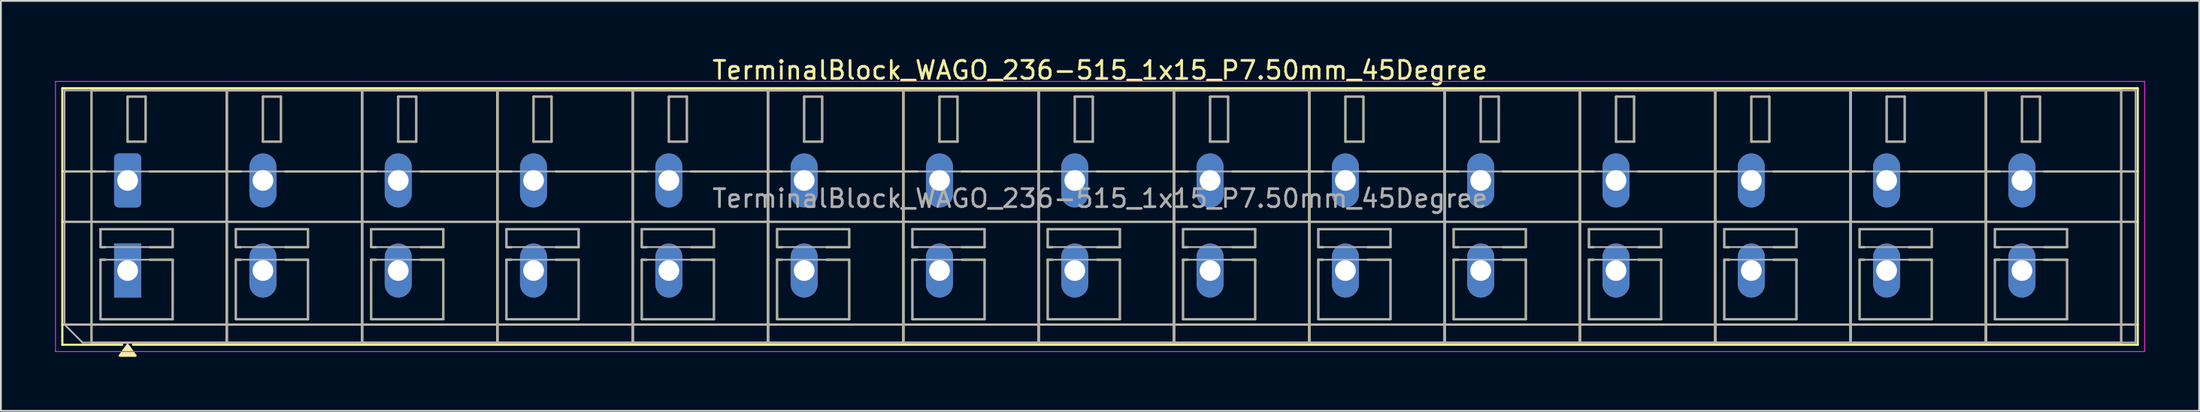
<source format=kicad_pcb>
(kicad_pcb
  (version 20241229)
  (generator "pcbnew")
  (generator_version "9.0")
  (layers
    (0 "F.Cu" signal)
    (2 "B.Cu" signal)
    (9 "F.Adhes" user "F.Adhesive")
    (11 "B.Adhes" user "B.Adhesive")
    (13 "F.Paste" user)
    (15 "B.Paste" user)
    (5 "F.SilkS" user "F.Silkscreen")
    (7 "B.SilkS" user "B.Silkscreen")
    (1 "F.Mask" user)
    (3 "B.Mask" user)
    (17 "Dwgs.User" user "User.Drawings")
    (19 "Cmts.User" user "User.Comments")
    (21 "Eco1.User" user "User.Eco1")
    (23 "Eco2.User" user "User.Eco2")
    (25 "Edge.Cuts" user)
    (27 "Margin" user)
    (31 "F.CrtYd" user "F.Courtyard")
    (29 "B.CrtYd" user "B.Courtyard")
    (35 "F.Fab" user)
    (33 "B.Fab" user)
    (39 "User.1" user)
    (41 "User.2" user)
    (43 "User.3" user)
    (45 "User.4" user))
  (footprint "TerminalBlock_WAGO_236-515_1x15_P7.50mm_45Degree"
    (layer "F.Cu")
    (at 4.025 6.968)
    (property "Reference" "TerminalBlock_WAGO_236-515_1x15_P7.50mm_45Degree" (at 53.9 -6.12 0) (layer "F.SilkS") (effects (font (size 1 1) (thickness 0.15))))
    (attr through_hole)
    (fp_line (start -3.62 -5.12) (end -3.62 9.12) (stroke (width 0.12) (type solid)) (layer "F.SilkS"))
    (fp_line (start -3.62 -5.12) (end 111.42 -5.12) (stroke (width 0.12) (type solid)) (layer "F.SilkS"))
    (fp_line (start -3.62 -0.5) (end -1.23 -0.5) (stroke (width 0.12) (type solid)) (layer "F.SilkS"))
    (fp_line (start -3.62 2.3) (end 111.42 2.3) (stroke (width 0.12) (type solid)) (layer "F.SilkS"))
    (fp_line (start -3.62 8) (end 111.42 8) (stroke (width 0.12) (type solid)) (layer "F.SilkS"))
    (fp_line (start -3.62 9.12) (end -0.3 9.12) (stroke (width 0.12) (type solid)) (layer "F.SilkS"))
    (fp_line (start -2 -5) (end -2 9) (stroke (width 0.12) (type solid)) (layer "F.SilkS"))
    (fp_line (start -2 -5) (end 5.5 -5) (stroke (width 0.12) (type solid)) (layer "F.SilkS"))
    (fp_line (start -2 9) (end 5.5 9) (stroke (width 0.12) (type solid)) (layer "F.SilkS"))
    (fp_line (start -1.5 2.7) (end -1.5 3.7) (stroke (width 0.12) (type solid)) (layer "F.SilkS"))
    (fp_line (start -1.5 2.7) (end 2.5 2.7) (stroke (width 0.12) (type solid)) (layer "F.SilkS"))
    (fp_line (start -1.5 3.7) (end -1.23 3.7) (stroke (width 0.12) (type solid)) (layer "F.SilkS"))
    (fp_line (start -1.5 4.4) (end -1.5 7.7) (stroke (width 0.12) (type solid)) (layer "F.SilkS"))
    (fp_line (start -1.5 4.4) (end -1.23 4.4) (stroke (width 0.12) (type solid)) (layer "F.SilkS"))
    (fp_line (start -1.5 7.7) (end 2.5 7.7) (stroke (width 0.12) (type solid)) (layer "F.SilkS"))
    (fp_line (start 0 -4.65) (end 0 -2.15) (stroke (width 0.12) (type solid)) (layer "F.SilkS"))
    (fp_line (start 0 -4.65) (end 1 -4.65) (stroke (width 0.12) (type solid)) (layer "F.SilkS"))
    (fp_line (start 0 -2.15) (end 1 -2.15) (stroke (width 0.12) (type solid)) (layer "F.SilkS"))
    (fp_line (start 0.3 9.12) (end 111.42 9.12) (stroke (width 0.12) (type solid)) (layer "F.SilkS"))
    (fp_line (start 1 -4.65) (end 1 -2.15) (stroke (width 0.12) (type solid)) (layer "F.SilkS"))
    (fp_line (start 1.23 -0.5) (end 6.27 -0.5) (stroke (width 0.12) (type solid)) (layer "F.SilkS"))
    (fp_line (start 1.23 3.7) (end 2.5 3.7) (stroke (width 0.12) (type solid)) (layer "F.SilkS"))
    (fp_line (start 1.23 4.4) (end 2.5 4.4) (stroke (width 0.12) (type solid)) (layer "F.SilkS"))
    (fp_line (start 2.5 2.7) (end 2.5 3.7) (stroke (width 0.12) (type solid)) (layer "F.SilkS"))
    (fp_line (start 2.5 4.4) (end 2.5 7.7) (stroke (width 0.12) (type solid)) (layer "F.SilkS"))
    (fp_line (start 5.5 -5) (end 5.5 9) (stroke (width 0.12) (type solid)) (layer "F.SilkS"))
    (fp_line (start 5.5 -5) (end 5.5 9) (stroke (width 0.12) (type solid)) (layer "F.SilkS"))
    (fp_line (start 5.5 -5) (end 13 -5) (stroke (width 0.12) (type solid)) (layer "F.SilkS"))
    (fp_line (start 5.5 9) (end 13 9) (stroke (width 0.12) (type solid)) (layer "F.SilkS"))
    (fp_line (start 6 2.7) (end 6 3.7) (stroke (width 0.12) (type solid)) (layer "F.SilkS"))
    (fp_line (start 6 2.7) (end 10 2.7) (stroke (width 0.12) (type solid)) (layer "F.SilkS"))
    (fp_line (start 6 3.7) (end 6.27 3.7) (stroke (width 0.12) (type solid)) (layer "F.SilkS"))
    (fp_line (start 6 4.4) (end 6 7.7) (stroke (width 0.12) (type solid)) (layer "F.SilkS"))
    (fp_line (start 6 4.4) (end 6.27 4.4) (stroke (width 0.12) (type solid)) (layer "F.SilkS"))
    (fp_line (start 6 7.7) (end 10 7.7) (stroke (width 0.12) (type solid)) (layer "F.SilkS"))
    (fp_line (start 7.5 -4.65) (end 7.5 -2.15) (stroke (width 0.12) (type solid)) (layer "F.SilkS"))
    (fp_line (start 7.5 -4.65) (end 8.5 -4.65) (stroke (width 0.12) (type solid)) (layer "F.SilkS"))
    (fp_line (start 7.5 -2.15) (end 8.5 -2.15) (stroke (width 0.12) (type solid)) (layer "F.SilkS"))
    (fp_line (start 8.5 -4.65) (end 8.5 -2.15) (stroke (width 0.12) (type solid)) (layer "F.SilkS"))
    (fp_line (start 8.73 -0.5) (end 13.77 -0.5) (stroke (width 0.12) (type solid)) (layer "F.SilkS"))
    (fp_line (start 8.73 3.7) (end 10 3.7) (stroke (width 0.12) (type solid)) (layer "F.SilkS"))
    (fp_line (start 8.73 4.4) (end 10 4.4) (stroke (width 0.12) (type solid)) (layer "F.SilkS"))
    (fp_line (start 10 2.7) (end 10 3.7) (stroke (width 0.12) (type solid)) (layer "F.SilkS"))
    (fp_line (start 10 4.4) (end 10 7.7) (stroke (width 0.12) (type solid)) (layer "F.SilkS"))
    (fp_line (start 13 -5) (end 13 9) (stroke (width 0.12) (type solid)) (layer "F.SilkS"))
    (fp_line (start 13 -5) (end 13 9) (stroke (width 0.12) (type solid)) (layer "F.SilkS"))
    (fp_line (start 13 -5) (end 20.5 -5) (stroke (width 0.12) (type solid)) (layer "F.SilkS"))
    (fp_line (start 13 9) (end 20.5 9) (stroke (width 0.12) (type solid)) (layer "F.SilkS"))
    (fp_line (start 13.5 2.7) (end 13.5 3.7) (stroke (width 0.12) (type solid)) (layer "F.SilkS"))
    (fp_line (start 13.5 2.7) (end 17.5 2.7) (stroke (width 0.12) (type solid)) (layer "F.SilkS"))
    (fp_line (start 13.5 3.7) (end 13.77 3.7) (stroke (width 0.12) (type solid)) (layer "F.SilkS"))
    (fp_line (start 13.5 4.4) (end 13.5 7.7) (stroke (width 0.12) (type solid)) (layer "F.SilkS"))
    (fp_line (start 13.5 4.4) (end 13.77 4.4) (stroke (width 0.12) (type solid)) (layer "F.SilkS"))
    (fp_line (start 13.5 7.7) (end 17.5 7.7) (stroke (width 0.12) (type solid)) (layer "F.SilkS"))
    (fp_line (start 15 -4.65) (end 15 -2.15) (stroke (width 0.12) (type solid)) (layer "F.SilkS"))
    (fp_line (start 15 -4.65) (end 16 -4.65) (stroke (width 0.12) (type solid)) (layer "F.SilkS"))
    (fp_line (start 15 -2.15) (end 16 -2.15) (stroke (width 0.12) (type solid)) (layer "F.SilkS"))
    (fp_line (start 16 -4.65) (end 16 -2.15) (stroke (width 0.12) (type solid)) (layer "F.SilkS"))
    (fp_line (start 16.23 -0.5) (end 21.27 -0.5) (stroke (width 0.12) (type solid)) (layer "F.SilkS"))
    (fp_line (start 16.23 3.7) (end 17.5 3.7) (stroke (width 0.12) (type solid)) (layer "F.SilkS"))
    (fp_line (start 16.23 4.4) (end 17.5 4.4) (stroke (width 0.12) (type solid)) (layer "F.SilkS"))
    (fp_line (start 17.5 2.7) (end 17.5 3.7) (stroke (width 0.12) (type solid)) (layer "F.SilkS"))
    (fp_line (start 17.5 4.4) (end 17.5 7.7) (stroke (width 0.12) (type solid)) (layer "F.SilkS"))
    (fp_line (start 20.5 -5) (end 20.5 9) (stroke (width 0.12) (type solid)) (layer "F.SilkS"))
    (fp_line (start 20.5 -5) (end 20.5 9) (stroke (width 0.12) (type solid)) (layer "F.SilkS"))
    (fp_line (start 20.5 -5) (end 28 -5) (stroke (width 0.12) (type solid)) (layer "F.SilkS"))
    (fp_line (start 20.5 9) (end 28 9) (stroke (width 0.12) (type solid)) (layer "F.SilkS"))
    (fp_line (start 21 2.7) (end 21 3.7) (stroke (width 0.12) (type solid)) (layer "F.SilkS"))
    (fp_line (start 21 2.7) (end 25 2.7) (stroke (width 0.12) (type solid)) (layer "F.SilkS"))
    (fp_line (start 21 3.7) (end 21.27 3.7) (stroke (width 0.12) (type solid)) (layer "F.SilkS"))
    (fp_line (start 21 4.4) (end 21 7.7) (stroke (width 0.12) (type solid)) (layer "F.SilkS"))
    (fp_line (start 21 4.4) (end 21.27 4.4) (stroke (width 0.12) (type solid)) (layer "F.SilkS"))
    (fp_line (start 21 7.7) (end 25 7.7) (stroke (width 0.12) (type solid)) (layer "F.SilkS"))
    (fp_line (start 22.5 -4.65) (end 22.5 -2.15) (stroke (width 0.12) (type solid)) (layer "F.SilkS"))
    (fp_line (start 22.5 -4.65) (end 23.5 -4.65) (stroke (width 0.12) (type solid)) (layer "F.SilkS"))
    (fp_line (start 22.5 -2.15) (end 23.5 -2.15) (stroke (width 0.12) (type solid)) (layer "F.SilkS"))
    (fp_line (start 23.5 -4.65) (end 23.5 -2.15) (stroke (width 0.12) (type solid)) (layer "F.SilkS"))
    (fp_line (start 23.73 -0.5) (end 28.77 -0.5) (stroke (width 0.12) (type solid)) (layer "F.SilkS"))
    (fp_line (start 23.73 3.7) (end 25 3.7) (stroke (width 0.12) (type solid)) (layer "F.SilkS"))
    (fp_line (start 23.73 4.4) (end 25 4.4) (stroke (width 0.12) (type solid)) (layer "F.SilkS"))
    (fp_line (start 25 2.7) (end 25 3.7) (stroke (width 0.12) (type solid)) (layer "F.SilkS"))
    (fp_line (start 25 4.4) (end 25 7.7) (stroke (width 0.12) (type solid)) (layer "F.SilkS"))
    (fp_line (start 28 -5) (end 28 9) (stroke (width 0.12) (type solid)) (layer "F.SilkS"))
    (fp_line (start 28 -5) (end 28 9) (stroke (width 0.12) (type solid)) (layer "F.SilkS"))
    (fp_line (start 28 -5) (end 35.5 -5) (stroke (width 0.12) (type solid)) (layer "F.SilkS"))
    (fp_line (start 28 9) (end 35.5 9) (stroke (width 0.12) (type solid)) (layer "F.SilkS"))
    (fp_line (start 28.5 2.7) (end 28.5 3.7) (stroke (width 0.12) (type solid)) (layer "F.SilkS"))
    (fp_line (start 28.5 2.7) (end 32.5 2.7) (stroke (width 0.12) (type solid)) (layer "F.SilkS"))
    (fp_line (start 28.5 3.7) (end 28.77 3.7) (stroke (width 0.12) (type solid)) (layer "F.SilkS"))
    (fp_line (start 28.5 4.4) (end 28.5 7.7) (stroke (width 0.12) (type solid)) (layer "F.SilkS"))
    (fp_line (start 28.5 4.4) (end 28.77 4.4) (stroke (width 0.12) (type solid)) (layer "F.SilkS"))
    (fp_line (start 28.5 7.7) (end 32.5 7.7) (stroke (width 0.12) (type solid)) (layer "F.SilkS"))
    (fp_line (start 30 -4.65) (end 30 -2.15) (stroke (width 0.12) (type solid)) (layer "F.SilkS"))
    (fp_line (start 30 -4.65) (end 31 -4.65) (stroke (width 0.12) (type solid)) (layer "F.SilkS"))
    (fp_line (start 30 -2.15) (end 31 -2.15) (stroke (width 0.12) (type solid)) (layer "F.SilkS"))
    (fp_line (start 31 -4.65) (end 31 -2.15) (stroke (width 0.12) (type solid)) (layer "F.SilkS"))
    (fp_line (start 31.23 -0.5) (end 36.27 -0.5) (stroke (width 0.12) (type solid)) (layer "F.SilkS"))
    (fp_line (start 31.23 3.7) (end 32.5 3.7) (stroke (width 0.12) (type solid)) (layer "F.SilkS"))
    (fp_line (start 31.23 4.4) (end 32.5 4.4) (stroke (width 0.12) (type solid)) (layer "F.SilkS"))
    (fp_line (start 32.5 2.7) (end 32.5 3.7) (stroke (width 0.12) (type solid)) (layer "F.SilkS"))
    (fp_line (start 32.5 4.4) (end 32.5 7.7) (stroke (width 0.12) (type solid)) (layer "F.SilkS"))
    (fp_line (start 35.5 -5) (end 35.5 9) (stroke (width 0.12) (type solid)) (layer "F.SilkS"))
    (fp_line (start 35.5 -5) (end 35.5 9) (stroke (width 0.12) (type solid)) (layer "F.SilkS"))
    (fp_line (start 35.5 -5) (end 43 -5) (stroke (width 0.12) (type solid)) (layer "F.SilkS"))
    (fp_line (start 35.5 9) (end 43 9) (stroke (width 0.12) (type solid)) (layer "F.SilkS"))
    (fp_line (start 36 2.7) (end 36 3.7) (stroke (width 0.12) (type solid)) (layer "F.SilkS"))
    (fp_line (start 36 2.7) (end 40 2.7) (stroke (width 0.12) (type solid)) (layer "F.SilkS"))
    (fp_line (start 36 3.7) (end 36.27 3.7) (stroke (width 0.12) (type solid)) (layer "F.SilkS"))
    (fp_line (start 36 4.4) (end 36 7.7) (stroke (width 0.12) (type solid)) (layer "F.SilkS"))
    (fp_line (start 36 4.4) (end 36.27 4.4) (stroke (width 0.12) (type solid)) (layer "F.SilkS"))
    (fp_line (start 36 7.7) (end 40 7.7) (stroke (width 0.12) (type solid)) (layer "F.SilkS"))
    (fp_line (start 37.5 -4.65) (end 37.5 -2.15) (stroke (width 0.12) (type solid)) (layer "F.SilkS"))
    (fp_line (start 37.5 -4.65) (end 38.5 -4.65) (stroke (width 0.12) (type solid)) (layer "F.SilkS"))
    (fp_line (start 37.5 -2.15) (end 38.5 -2.15) (stroke (width 0.12) (type solid)) (layer "F.SilkS"))
    (fp_line (start 38.5 -4.65) (end 38.5 -2.15) (stroke (width 0.12) (type solid)) (layer "F.SilkS"))
    (fp_line (start 38.73 -0.5) (end 43.77 -0.5) (stroke (width 0.12) (type solid)) (layer "F.SilkS"))
    (fp_line (start 38.73 3.7) (end 40 3.7) (stroke (width 0.12) (type solid)) (layer "F.SilkS"))
    (fp_line (start 38.73 4.4) (end 40 4.4) (stroke (width 0.12) (type solid)) (layer "F.SilkS"))
    (fp_line (start 40 2.7) (end 40 3.7) (stroke (width 0.12) (type solid)) (layer "F.SilkS"))
    (fp_line (start 40 4.4) (end 40 7.7) (stroke (width 0.12) (type solid)) (layer "F.SilkS"))
    (fp_line (start 43 -5) (end 43 9) (stroke (width 0.12) (type solid)) (layer "F.SilkS"))
    (fp_line (start 43 -5) (end 43 9) (stroke (width 0.12) (type solid)) (layer "F.SilkS"))
    (fp_line (start 43 -5) (end 50.5 -5) (stroke (width 0.12) (type solid)) (layer "F.SilkS"))
    (fp_line (start 43 9) (end 50.5 9) (stroke (width 0.12) (type solid)) (layer "F.SilkS"))
    (fp_line (start 43.5 2.7) (end 43.5 3.7) (stroke (width 0.12) (type solid)) (layer "F.SilkS"))
    (fp_line (start 43.5 2.7) (end 47.5 2.7) (stroke (width 0.12) (type solid)) (layer "F.SilkS"))
    (fp_line (start 43.5 3.7) (end 43.77 3.7) (stroke (width 0.12) (type solid)) (layer "F.SilkS"))
    (fp_line (start 43.5 4.4) (end 43.5 7.7) (stroke (width 0.12) (type solid)) (layer "F.SilkS"))
    (fp_line (start 43.5 4.4) (end 43.77 4.4) (stroke (width 0.12) (type solid)) (layer "F.SilkS"))
    (fp_line (start 43.5 7.7) (end 47.5 7.7) (stroke (width 0.12) (type solid)) (layer "F.SilkS"))
    (fp_line (start 45 -4.65) (end 45 -2.15) (stroke (width 0.12) (type solid)) (layer "F.SilkS"))
    (fp_line (start 45 -4.65) (end 46 -4.65) (stroke (width 0.12) (type solid)) (layer "F.SilkS"))
    (fp_line (start 45 -2.15) (end 46 -2.15) (stroke (width 0.12) (type solid)) (layer "F.SilkS"))
    (fp_line (start 46 -4.65) (end 46 -2.15) (stroke (width 0.12) (type solid)) (layer "F.SilkS"))
    (fp_line (start 46.23 -0.5) (end 51.27 -0.5) (stroke (width 0.12) (type solid)) (layer "F.SilkS"))
    (fp_line (start 46.23 3.7) (end 47.5 3.7) (stroke (width 0.12) (type solid)) (layer "F.SilkS"))
    (fp_line (start 46.23 4.4) (end 47.5 4.4) (stroke (width 0.12) (type solid)) (layer "F.SilkS"))
    (fp_line (start 47.5 2.7) (end 47.5 3.7) (stroke (width 0.12) (type solid)) (layer "F.SilkS"))
    (fp_line (start 47.5 4.4) (end 47.5 7.7) (stroke (width 0.12) (type solid)) (layer "F.SilkS"))
    (fp_line (start 50.5 -5) (end 50.5 9) (stroke (width 0.12) (type solid)) (layer "F.SilkS"))
    (fp_line (start 50.5 -5) (end 50.5 9) (stroke (width 0.12) (type solid)) (layer "F.SilkS"))
    (fp_line (start 50.5 -5) (end 58 -5) (stroke (width 0.12) (type solid)) (layer "F.SilkS"))
    (fp_line (start 50.5 9) (end 58 9) (stroke (width 0.12) (type solid)) (layer "F.SilkS"))
    (fp_line (start 51 2.7) (end 51 3.7) (stroke (width 0.12) (type solid)) (layer "F.SilkS"))
    (fp_line (start 51 2.7) (end 55 2.7) (stroke (width 0.12) (type solid)) (layer "F.SilkS"))
    (fp_line (start 51 3.7) (end 51.27 3.7) (stroke (width 0.12) (type solid)) (layer "F.SilkS"))
    (fp_line (start 51 4.4) (end 51 7.7) (stroke (width 0.12) (type solid)) (layer "F.SilkS"))
    (fp_line (start 51 4.4) (end 51.27 4.4) (stroke (width 0.12) (type solid)) (layer "F.SilkS"))
    (fp_line (start 51 7.7) (end 55 7.7) (stroke (width 0.12) (type solid)) (layer "F.SilkS"))
    (fp_line (start 52.5 -4.65) (end 52.5 -2.15) (stroke (width 0.12) (type solid)) (layer "F.SilkS"))
    (fp_line (start 52.5 -4.65) (end 53.5 -4.65) (stroke (width 0.12) (type solid)) (layer "F.SilkS"))
    (fp_line (start 52.5 -2.15) (end 53.5 -2.15) (stroke (width 0.12) (type solid)) (layer "F.SilkS"))
    (fp_line (start 53.5 -4.65) (end 53.5 -2.15) (stroke (width 0.12) (type solid)) (layer "F.SilkS"))
    (fp_line (start 53.73 -0.5) (end 58.77 -0.5) (stroke (width 0.12) (type solid)) (layer "F.SilkS"))
    (fp_line (start 53.73 3.7) (end 55 3.7) (stroke (width 0.12) (type solid)) (layer "F.SilkS"))
    (fp_line (start 53.73 4.4) (end 55 4.4) (stroke (width 0.12) (type solid)) (layer "F.SilkS"))
    (fp_line (start 55 2.7) (end 55 3.7) (stroke (width 0.12) (type solid)) (layer "F.SilkS"))
    (fp_line (start 55 4.4) (end 55 7.7) (stroke (width 0.12) (type solid)) (layer "F.SilkS"))
    (fp_line (start 58 -5) (end 58 9) (stroke (width 0.12) (type solid)) (layer "F.SilkS"))
    (fp_line (start 58 -5) (end 58 9) (stroke (width 0.12) (type solid)) (layer "F.SilkS"))
    (fp_line (start 58 -5) (end 65.5 -5) (stroke (width 0.12) (type solid)) (layer "F.SilkS"))
    (fp_line (start 58 9) (end 65.5 9) (stroke (width 0.12) (type solid)) (layer "F.SilkS"))
    (fp_line (start 58.5 2.7) (end 58.5 3.7) (stroke (width 0.12) (type solid)) (layer "F.SilkS"))
    (fp_line (start 58.5 2.7) (end 62.5 2.7) (stroke (width 0.12) (type solid)) (layer "F.SilkS"))
    (fp_line (start 58.5 3.7) (end 58.77 3.7) (stroke (width 0.12) (type solid)) (layer "F.SilkS"))
    (fp_line (start 58.5 4.4) (end 58.5 7.7) (stroke (width 0.12) (type solid)) (layer "F.SilkS"))
    (fp_line (start 58.5 4.4) (end 58.77 4.4) (stroke (width 0.12) (type solid)) (layer "F.SilkS"))
    (fp_line (start 58.5 7.7) (end 62.5 7.7) (stroke (width 0.12) (type solid)) (layer "F.SilkS"))
    (fp_line (start 60 -4.65) (end 60 -2.15) (stroke (width 0.12) (type solid)) (layer "F.SilkS"))
    (fp_line (start 60 -4.65) (end 61 -4.65) (stroke (width 0.12) (type solid)) (layer "F.SilkS"))
    (fp_line (start 60 -2.15) (end 61 -2.15) (stroke (width 0.12) (type solid)) (layer "F.SilkS"))
    (fp_line (start 61 -4.65) (end 61 -2.15) (stroke (width 0.12) (type solid)) (layer "F.SilkS"))
    (fp_line (start 61.23 -0.5) (end 66.27 -0.5) (stroke (width 0.12) (type solid)) (layer "F.SilkS"))
    (fp_line (start 61.23 3.7) (end 62.5 3.7) (stroke (width 0.12) (type solid)) (layer "F.SilkS"))
    (fp_line (start 61.23 4.4) (end 62.5 4.4) (stroke (width 0.12) (type solid)) (layer "F.SilkS"))
    (fp_line (start 62.5 2.7) (end 62.5 3.7) (stroke (width 0.12) (type solid)) (layer "F.SilkS"))
    (fp_line (start 62.5 4.4) (end 62.5 7.7) (stroke (width 0.12) (type solid)) (layer "F.SilkS"))
    (fp_line (start 65.5 -5) (end 65.5 9) (stroke (width 0.12) (type solid)) (layer "F.SilkS"))
    (fp_line (start 65.5 -5) (end 65.5 9) (stroke (width 0.12) (type solid)) (layer "F.SilkS"))
    (fp_line (start 65.5 -5) (end 73 -5) (stroke (width 0.12) (type solid)) (layer "F.SilkS"))
    (fp_line (start 65.5 9) (end 73 9) (stroke (width 0.12) (type solid)) (layer "F.SilkS"))
    (fp_line (start 66 2.7) (end 66 3.7) (stroke (width 0.12) (type solid)) (layer "F.SilkS"))
    (fp_line (start 66 2.7) (end 70 2.7) (stroke (width 0.12) (type solid)) (layer "F.SilkS"))
    (fp_line (start 66 3.7) (end 66.27 3.7) (stroke (width 0.12) (type solid)) (layer "F.SilkS"))
    (fp_line (start 66 4.4) (end 66 7.7) (stroke (width 0.12) (type solid)) (layer "F.SilkS"))
    (fp_line (start 66 4.4) (end 66.27 4.4) (stroke (width 0.12) (type solid)) (layer "F.SilkS"))
    (fp_line (start 66 7.7) (end 70 7.7) (stroke (width 0.12) (type solid)) (layer "F.SilkS"))
    (fp_line (start 67.5 -4.65) (end 67.5 -2.15) (stroke (width 0.12) (type solid)) (layer "F.SilkS"))
    (fp_line (start 67.5 -4.65) (end 68.5 -4.65) (stroke (width 0.12) (type solid)) (layer "F.SilkS"))
    (fp_line (start 67.5 -2.15) (end 68.5 -2.15) (stroke (width 0.12) (type solid)) (layer "F.SilkS"))
    (fp_line (start 68.5 -4.65) (end 68.5 -2.15) (stroke (width 0.12) (type solid)) (layer "F.SilkS"))
    (fp_line (start 68.73 -0.5) (end 73.77 -0.5) (stroke (width 0.12) (type solid)) (layer "F.SilkS"))
    (fp_line (start 68.73 3.7) (end 70 3.7) (stroke (width 0.12) (type solid)) (layer "F.SilkS"))
    (fp_line (start 68.73 4.4) (end 70 4.4) (stroke (width 0.12) (type solid)) (layer "F.SilkS"))
    (fp_line (start 70 2.7) (end 70 3.7) (stroke (width 0.12) (type solid)) (layer "F.SilkS"))
    (fp_line (start 70 4.4) (end 70 7.7) (stroke (width 0.12) (type solid)) (layer "F.SilkS"))
    (fp_line (start 73 -5) (end 73 9) (stroke (width 0.12) (type solid)) (layer "F.SilkS"))
    (fp_line (start 73 -5) (end 73 9) (stroke (width 0.12) (type solid)) (layer "F.SilkS"))
    (fp_line (start 73 -5) (end 80.5 -5) (stroke (width 0.12) (type solid)) (layer "F.SilkS"))
    (fp_line (start 73 9) (end 80.5 9) (stroke (width 0.12) (type solid)) (layer "F.SilkS"))
    (fp_line (start 73.5 2.7) (end 73.5 3.7) (stroke (width 0.12) (type solid)) (layer "F.SilkS"))
    (fp_line (start 73.5 2.7) (end 77.5 2.7) (stroke (width 0.12) (type solid)) (layer "F.SilkS"))
    (fp_line (start 73.5 3.7) (end 73.77 3.7) (stroke (width 0.12) (type solid)) (layer "F.SilkS"))
    (fp_line (start 73.5 4.4) (end 73.5 7.7) (stroke (width 0.12) (type solid)) (layer "F.SilkS"))
    (fp_line (start 73.5 4.4) (end 73.77 4.4) (stroke (width 0.12) (type solid)) (layer "F.SilkS"))
    (fp_line (start 73.5 7.7) (end 77.5 7.7) (stroke (width 0.12) (type solid)) (layer "F.SilkS"))
    (fp_line (start 75 -4.65) (end 75 -2.15) (stroke (width 0.12) (type solid)) (layer "F.SilkS"))
    (fp_line (start 75 -4.65) (end 76 -4.65) (stroke (width 0.12) (type solid)) (layer "F.SilkS"))
    (fp_line (start 75 -2.15) (end 76 -2.15) (stroke (width 0.12) (type solid)) (layer "F.SilkS"))
    (fp_line (start 76 -4.65) (end 76 -2.15) (stroke (width 0.12) (type solid)) (layer "F.SilkS"))
    (fp_line (start 76.23 -0.5) (end 81.27 -0.5) (stroke (width 0.12) (type solid)) (layer "F.SilkS"))
    (fp_line (start 76.23 3.7) (end 77.5 3.7) (stroke (width 0.12) (type solid)) (layer "F.SilkS"))
    (fp_line (start 76.23 4.4) (end 77.5 4.4) (stroke (width 0.12) (type solid)) (layer "F.SilkS"))
    (fp_line (start 77.5 2.7) (end 77.5 3.7) (stroke (width 0.12) (type solid)) (layer "F.SilkS"))
    (fp_line (start 77.5 4.4) (end 77.5 7.7) (stroke (width 0.12) (type solid)) (layer "F.SilkS"))
    (fp_line (start 80.5 -5) (end 80.5 9) (stroke (width 0.12) (type solid)) (layer "F.SilkS"))
    (fp_line (start 80.5 -5) (end 80.5 9) (stroke (width 0.12) (type solid)) (layer "F.SilkS"))
    (fp_line (start 80.5 -5) (end 88 -5) (stroke (width 0.12) (type solid)) (layer "F.SilkS"))
    (fp_line (start 80.5 9) (end 88 9) (stroke (width 0.12) (type solid)) (layer "F.SilkS"))
    (fp_line (start 81 2.7) (end 81 3.7) (stroke (width 0.12) (type solid)) (layer "F.SilkS"))
    (fp_line (start 81 2.7) (end 85 2.7) (stroke (width 0.12) (type solid)) (layer "F.SilkS"))
    (fp_line (start 81 3.7) (end 81.27 3.7) (stroke (width 0.12) (type solid)) (layer "F.SilkS"))
    (fp_line (start 81 4.4) (end 81 7.7) (stroke (width 0.12) (type solid)) (layer "F.SilkS"))
    (fp_line (start 81 4.4) (end 81.27 4.4) (stroke (width 0.12) (type solid)) (layer "F.SilkS"))
    (fp_line (start 81 7.7) (end 85 7.7) (stroke (width 0.12) (type solid)) (layer "F.SilkS"))
    (fp_line (start 82.5 -4.65) (end 82.5 -2.15) (stroke (width 0.12) (type solid)) (layer "F.SilkS"))
    (fp_line (start 82.5 -4.65) (end 83.5 -4.65) (stroke (width 0.12) (type solid)) (layer "F.SilkS"))
    (fp_line (start 82.5 -2.15) (end 83.5 -2.15) (stroke (width 0.12) (type solid)) (layer "F.SilkS"))
    (fp_line (start 83.5 -4.65) (end 83.5 -2.15) (stroke (width 0.12) (type solid)) (layer "F.SilkS"))
    (fp_line (start 83.73 -0.5) (end 88.77 -0.5) (stroke (width 0.12) (type solid)) (layer "F.SilkS"))
    (fp_line (start 83.73 3.7) (end 85 3.7) (stroke (width 0.12) (type solid)) (layer "F.SilkS"))
    (fp_line (start 83.73 4.4) (end 85 4.4) (stroke (width 0.12) (type solid)) (layer "F.SilkS"))
    (fp_line (start 85 2.7) (end 85 3.7) (stroke (width 0.12) (type solid)) (layer "F.SilkS"))
    (fp_line (start 85 4.4) (end 85 7.7) (stroke (width 0.12) (type solid)) (layer "F.SilkS"))
    (fp_line (start 88 -5) (end 88 9) (stroke (width 0.12) (type solid)) (layer "F.SilkS"))
    (fp_line (start 88 -5) (end 88 9) (stroke (width 0.12) (type solid)) (layer "F.SilkS"))
    (fp_line (start 88 -5) (end 95.5 -5) (stroke (width 0.12) (type solid)) (layer "F.SilkS"))
    (fp_line (start 88 9) (end 95.5 9) (stroke (width 0.12) (type solid)) (layer "F.SilkS"))
    (fp_line (start 88.5 2.7) (end 88.5 3.7) (stroke (width 0.12) (type solid)) (layer "F.SilkS"))
    (fp_line (start 88.5 2.7) (end 92.5 2.7) (stroke (width 0.12) (type solid)) (layer "F.SilkS"))
    (fp_line (start 88.5 3.7) (end 88.77 3.7) (stroke (width 0.12) (type solid)) (layer "F.SilkS"))
    (fp_line (start 88.5 4.4) (end 88.5 7.7) (stroke (width 0.12) (type solid)) (layer "F.SilkS"))
    (fp_line (start 88.5 4.4) (end 88.77 4.4) (stroke (width 0.12) (type solid)) (layer "F.SilkS"))
    (fp_line (start 88.5 7.7) (end 92.5 7.7) (stroke (width 0.12) (type solid)) (layer "F.SilkS"))
    (fp_line (start 90 -4.65) (end 90 -2.15) (stroke (width 0.12) (type solid)) (layer "F.SilkS"))
    (fp_line (start 90 -4.65) (end 91 -4.65) (stroke (width 0.12) (type solid)) (layer "F.SilkS"))
    (fp_line (start 90 -2.15) (end 91 -2.15) (stroke (width 0.12) (type solid)) (layer "F.SilkS"))
    (fp_line (start 91 -4.65) (end 91 -2.15) (stroke (width 0.12) (type solid)) (layer "F.SilkS"))
    (fp_line (start 91.23 -0.5) (end 96.27 -0.5) (stroke (width 0.12) (type solid)) (layer "F.SilkS"))
    (fp_line (start 91.23 3.7) (end 92.5 3.7) (stroke (width 0.12) (type solid)) (layer "F.SilkS"))
    (fp_line (start 91.23 4.4) (end 92.5 4.4) (stroke (width 0.12) (type solid)) (layer "F.SilkS"))
    (fp_line (start 92.5 2.7) (end 92.5 3.7) (stroke (width 0.12) (type solid)) (layer "F.SilkS"))
    (fp_line (start 92.5 4.4) (end 92.5 7.7) (stroke (width 0.12) (type solid)) (layer "F.SilkS"))
    (fp_line (start 95.5 -5) (end 95.5 9) (stroke (width 0.12) (type solid)) (layer "F.SilkS"))
    (fp_line (start 95.5 -5) (end 95.5 9) (stroke (width 0.12) (type solid)) (layer "F.SilkS"))
    (fp_line (start 95.5 -5) (end 103 -5) (stroke (width 0.12) (type solid)) (layer "F.SilkS"))
    (fp_line (start 95.5 9) (end 103 9) (stroke (width 0.12) (type solid)) (layer "F.SilkS"))
    (fp_line (start 96 2.7) (end 96 3.7) (stroke (width 0.12) (type solid)) (layer "F.SilkS"))
    (fp_line (start 96 2.7) (end 100 2.7) (stroke (width 0.12) (type solid)) (layer "F.SilkS"))
    (fp_line (start 96 3.7) (end 96.27 3.7) (stroke (width 0.12) (type solid)) (layer "F.SilkS"))
    (fp_line (start 96 4.4) (end 96 7.7) (stroke (width 0.12) (type solid)) (layer "F.SilkS"))
    (fp_line (start 96 4.4) (end 96.27 4.4) (stroke (width 0.12) (type solid)) (layer "F.SilkS"))
    (fp_line (start 96 7.7) (end 100 7.7) (stroke (width 0.12) (type solid)) (layer "F.SilkS"))
    (fp_line (start 97.5 -4.65) (end 97.5 -2.15) (stroke (width 0.12) (type solid)) (layer "F.SilkS"))
    (fp_line (start 97.5 -4.65) (end 98.5 -4.65) (stroke (width 0.12) (type solid)) (layer "F.SilkS"))
    (fp_line (start 97.5 -2.15) (end 98.5 -2.15) (stroke (width 0.12) (type solid)) (layer "F.SilkS"))
    (fp_line (start 98.5 -4.65) (end 98.5 -2.15) (stroke (width 0.12) (type solid)) (layer "F.SilkS"))
    (fp_line (start 98.73 -0.5) (end 103.77 -0.5) (stroke (width 0.12) (type solid)) (layer "F.SilkS"))
    (fp_line (start 98.73 3.7) (end 100 3.7) (stroke (width 0.12) (type solid)) (layer "F.SilkS"))
    (fp_line (start 98.73 4.4) (end 100 4.4) (stroke (width 0.12) (type solid)) (layer "F.SilkS"))
    (fp_line (start 100 2.7) (end 100 3.7) (stroke (width 0.12) (type solid)) (layer "F.SilkS"))
    (fp_line (start 100 4.4) (end 100 7.7) (stroke (width 0.12) (type solid)) (layer "F.SilkS"))
    (fp_line (start 103 -5) (end 103 9) (stroke (width 0.12) (type solid)) (layer "F.SilkS"))
    (fp_line (start 103 -5) (end 103 9) (stroke (width 0.12) (type solid)) (layer "F.SilkS"))
    (fp_line (start 103 -5) (end 110.5 -5) (stroke (width 0.12) (type solid)) (layer "F.SilkS"))
    (fp_line (start 103 9) (end 110.5 9) (stroke (width 0.12) (type solid)) (layer "F.SilkS"))
    (fp_line (start 103.5 2.7) (end 103.5 3.7) (stroke (width 0.12) (type solid)) (layer "F.SilkS"))
    (fp_line (start 103.5 2.7) (end 107.5 2.7) (stroke (width 0.12) (type solid)) (layer "F.SilkS"))
    (fp_line (start 103.5 3.7) (end 103.77 3.7) (stroke (width 0.12) (type solid)) (layer "F.SilkS"))
    (fp_line (start 103.5 4.4) (end 103.5 7.7) (stroke (width 0.12) (type solid)) (layer "F.SilkS"))
    (fp_line (start 103.5 4.4) (end 103.77 4.4) (stroke (width 0.12) (type solid)) (layer "F.SilkS"))
    (fp_line (start 103.5 7.7) (end 107.5 7.7) (stroke (width 0.12) (type solid)) (layer "F.SilkS"))
    (fp_line (start 105 -4.65) (end 105 -2.15) (stroke (width 0.12) (type solid)) (layer "F.SilkS"))
    (fp_line (start 105 -4.65) (end 106 -4.65) (stroke (width 0.12) (type solid)) (layer "F.SilkS"))
    (fp_line (start 105 -2.15) (end 106 -2.15) (stroke (width 0.12) (type solid)) (layer "F.SilkS"))
    (fp_line (start 106 -4.65) (end 106 -2.15) (stroke (width 0.12) (type solid)) (layer "F.SilkS"))
    (fp_line (start 106.23 -0.5) (end 111.42 -0.5) (stroke (width 0.12) (type solid)) (layer "F.SilkS"))
    (fp_line (start 106.23 3.7) (end 107.5 3.7) (stroke (width 0.12) (type solid)) (layer "F.SilkS"))
    (fp_line (start 106.23 4.4) (end 107.5 4.4) (stroke (width 0.12) (type solid)) (layer "F.SilkS"))
    (fp_line (start 107.5 2.7) (end 107.5 3.7) (stroke (width 0.12) (type solid)) (layer "F.SilkS"))
    (fp_line (start 107.5 4.4) (end 107.5 7.7) (stroke (width 0.12) (type solid)) (layer "F.SilkS"))
    (fp_line (start 110.5 -5) (end 110.5 9) (stroke (width 0.12) (type solid)) (layer "F.SilkS"))
    (fp_line (start 111.42 -5.12) (end 111.42 9.12) (stroke (width 0.12) (type solid)) (layer "F.SilkS"))
    (fp_poly (pts (xy 0 9.12) (xy 0.44 9.73) (xy -0.44 9.73)) (stroke (width 0.12) (type solid)) (fill yes) (layer "F.SilkS"))
    (fp_line (start -4 -5.5) (end -4 9.5) (stroke (width 0.05) (type solid)) (layer "F.CrtYd"))
    (fp_line (start -4 9.5) (end 111.8 9.5) (stroke (width 0.05) (type solid)) (layer "F.CrtYd"))
    (fp_line (start 111.8 -5.5) (end -4 -5.5) (stroke (width 0.05) (type solid)) (layer "F.CrtYd"))
    (fp_line (start 111.8 9.5) (end 111.8 -5.5) (stroke (width 0.05) (type solid)) (layer "F.CrtYd"))
    (fp_line (start -3.5 -5) (end 111.3 -5) (stroke (width 0.1) (type solid)) (layer "F.Fab"))
    (fp_line (start -3.5 -0.5) (end 111.3 -0.5) (stroke (width 0.1) (type solid)) (layer "F.Fab"))
    (fp_line (start -3.5 2.3) (end 111.3 2.3) (stroke (width 0.1) (type solid)) (layer "F.Fab"))
    (fp_line (start -3.5 8) (end -3.5 -5) (stroke (width 0.1) (type solid)) (layer "F.Fab"))
    (fp_line (start -3.5 8) (end 111.3 8) (stroke (width 0.1) (type solid)) (layer "F.Fab"))
    (fp_line (start -2.5 9) (end -3.5 8) (stroke (width 0.1) (type solid)) (layer "F.Fab"))
    (fp_line (start -2 -5) (end -2 9) (stroke (width 0.1) (type solid)) (layer "F.Fab"))
    (fp_line (start -2 9) (end 5.5 9) (stroke (width 0.1) (type solid)) (layer "F.Fab"))
    (fp_line (start -1.5 2.7) (end -1.5 3.7) (stroke (width 0.1) (type solid)) (layer "F.Fab"))
    (fp_line (start -1.5 3.7) (end 2.5 3.7) (stroke (width 0.1) (type solid)) (layer "F.Fab"))
    (fp_line (start -1.5 4.4) (end -1.5 7.7) (stroke (width 0.1) (type solid)) (layer "F.Fab"))
    (fp_line (start -1.5 7.7) (end 2.5 7.7) (stroke (width 0.1) (type solid)) (layer "F.Fab"))
    (fp_line (start 0 -4.65) (end 0 -2.15) (stroke (width 0.1) (type solid)) (layer "F.Fab"))
    (fp_line (start 0 -2.15) (end 1 -2.15) (stroke (width 0.1) (type solid)) (layer "F.Fab"))
    (fp_line (start 1 -4.65) (end 0 -4.65) (stroke (width 0.1) (type solid)) (layer "F.Fab"))
    (fp_line (start 1 -2.15) (end 1 -4.65) (stroke (width 0.1) (type solid)) (layer "F.Fab"))
    (fp_line (start 2.5 2.7) (end -1.5 2.7) (stroke (width 0.1) (type solid)) (layer "F.Fab"))
    (fp_line (start 2.5 3.7) (end 2.5 2.7) (stroke (width 0.1) (type solid)) (layer "F.Fab"))
    (fp_line (start 2.5 4.4) (end -1.5 4.4) (stroke (width 0.1) (type solid)) (layer "F.Fab"))
    (fp_line (start 2.5 7.7) (end 2.5 4.4) (stroke (width 0.1) (type solid)) (layer "F.Fab"))
    (fp_line (start 5.5 -5) (end -2 -5) (stroke (width 0.1) (type solid)) (layer "F.Fab"))
    (fp_line (start 5.5 -5) (end 5.5 9) (stroke (width 0.1) (type solid)) (layer "F.Fab"))
    (fp_line (start 5.5 9) (end 5.5 -5) (stroke (width 0.1) (type solid)) (layer "F.Fab"))
    (fp_line (start 5.5 9) (end 13 9) (stroke (width 0.1) (type solid)) (layer "F.Fab"))
    (fp_line (start 6 2.7) (end 6 3.7) (stroke (width 0.1) (type solid)) (layer "F.Fab"))
    (fp_line (start 6 3.7) (end 10 3.7) (stroke (width 0.1) (type solid)) (layer "F.Fab"))
    (fp_line (start 6 4.4) (end 6 7.7) (stroke (width 0.1) (type solid)) (layer "F.Fab"))
    (fp_line (start 6 7.7) (end 10 7.7) (stroke (width 0.1) (type solid)) (layer "F.Fab"))
    (fp_line (start 7.5 -4.65) (end 7.5 -2.15) (stroke (width 0.1) (type solid)) (layer "F.Fab"))
    (fp_line (start 7.5 -2.15) (end 8.5 -2.15) (stroke (width 0.1) (type solid)) (layer "F.Fab"))
    (fp_line (start 8.5 -4.65) (end 7.5 -4.65) (stroke (width 0.1) (type solid)) (layer "F.Fab"))
    (fp_line (start 8.5 -2.15) (end 8.5 -4.65) (stroke (width 0.1) (type solid)) (layer "F.Fab"))
    (fp_line (start 10 2.7) (end 6 2.7) (stroke (width 0.1) (type solid)) (layer "F.Fab"))
    (fp_line (start 10 3.7) (end 10 2.7) (stroke (width 0.1) (type solid)) (layer "F.Fab"))
    (fp_line (start 10 4.4) (end 6 4.4) (stroke (width 0.1) (type solid)) (layer "F.Fab"))
    (fp_line (start 10 7.7) (end 10 4.4) (stroke (width 0.1) (type solid)) (layer "F.Fab"))
    (fp_line (start 13 -5) (end 5.5 -5) (stroke (width 0.1) (type solid)) (layer "F.Fab"))
    (fp_line (start 13 -5) (end 13 9) (stroke (width 0.1) (type solid)) (layer "F.Fab"))
    (fp_line (start 13 9) (end 13 -5) (stroke (width 0.1) (type solid)) (layer "F.Fab"))
    (fp_line (start 13 9) (end 20.5 9) (stroke (width 0.1) (type solid)) (layer "F.Fab"))
    (fp_line (start 13.5 2.7) (end 13.5 3.7) (stroke (width 0.1) (type solid)) (layer "F.Fab"))
    (fp_line (start 13.5 3.7) (end 17.5 3.7) (stroke (width 0.1) (type solid)) (layer "F.Fab"))
    (fp_line (start 13.5 4.4) (end 13.5 7.7) (stroke (width 0.1) (type solid)) (layer "F.Fab"))
    (fp_line (start 13.5 7.7) (end 17.5 7.7) (stroke (width 0.1) (type solid)) (layer "F.Fab"))
    (fp_line (start 15 -4.65) (end 15 -2.15) (stroke (width 0.1) (type solid)) (layer "F.Fab"))
    (fp_line (start 15 -2.15) (end 16 -2.15) (stroke (width 0.1) (type solid)) (layer "F.Fab"))
    (fp_line (start 16 -4.65) (end 15 -4.65) (stroke (width 0.1) (type solid)) (layer "F.Fab"))
    (fp_line (start 16 -2.15) (end 16 -4.65) (stroke (width 0.1) (type solid)) (layer "F.Fab"))
    (fp_line (start 17.5 2.7) (end 13.5 2.7) (stroke (width 0.1) (type solid)) (layer "F.Fab"))
    (fp_line (start 17.5 3.7) (end 17.5 2.7) (stroke (width 0.1) (type solid)) (layer "F.Fab"))
    (fp_line (start 17.5 4.4) (end 13.5 4.4) (stroke (width 0.1) (type solid)) (layer "F.Fab"))
    (fp_line (start 17.5 7.7) (end 17.5 4.4) (stroke (width 0.1) (type solid)) (layer "F.Fab"))
    (fp_line (start 20.5 -5) (end 13 -5) (stroke (width 0.1) (type solid)) (layer "F.Fab"))
    (fp_line (start 20.5 -5) (end 20.5 9) (stroke (width 0.1) (type solid)) (layer "F.Fab"))
    (fp_line (start 20.5 9) (end 20.5 -5) (stroke (width 0.1) (type solid)) (layer "F.Fab"))
    (fp_line (start 20.5 9) (end 28 9) (stroke (width 0.1) (type solid)) (layer "F.Fab"))
    (fp_line (start 21 2.7) (end 21 3.7) (stroke (width 0.1) (type solid)) (layer "F.Fab"))
    (fp_line (start 21 3.7) (end 25 3.7) (stroke (width 0.1) (type solid)) (layer "F.Fab"))
    (fp_line (start 21 4.4) (end 21 7.7) (stroke (width 0.1) (type solid)) (layer "F.Fab"))
    (fp_line (start 21 7.7) (end 25 7.7) (stroke (width 0.1) (type solid)) (layer "F.Fab"))
    (fp_line (start 22.5 -4.65) (end 22.5 -2.15) (stroke (width 0.1) (type solid)) (layer "F.Fab"))
    (fp_line (start 22.5 -2.15) (end 23.5 -2.15) (stroke (width 0.1) (type solid)) (layer "F.Fab"))
    (fp_line (start 23.5 -4.65) (end 22.5 -4.65) (stroke (width 0.1) (type solid)) (layer "F.Fab"))
    (fp_line (start 23.5 -2.15) (end 23.5 -4.65) (stroke (width 0.1) (type solid)) (layer "F.Fab"))
    (fp_line (start 25 2.7) (end 21 2.7) (stroke (width 0.1) (type solid)) (layer "F.Fab"))
    (fp_line (start 25 3.7) (end 25 2.7) (stroke (width 0.1) (type solid)) (layer "F.Fab"))
    (fp_line (start 25 4.4) (end 21 4.4) (stroke (width 0.1) (type solid)) (layer "F.Fab"))
    (fp_line (start 25 7.7) (end 25 4.4) (stroke (width 0.1) (type solid)) (layer "F.Fab"))
    (fp_line (start 28 -5) (end 20.5 -5) (stroke (width 0.1) (type solid)) (layer "F.Fab"))
    (fp_line (start 28 -5) (end 28 9) (stroke (width 0.1) (type solid)) (layer "F.Fab"))
    (fp_line (start 28 9) (end 28 -5) (stroke (width 0.1) (type solid)) (layer "F.Fab"))
    (fp_line (start 28 9) (end 35.5 9) (stroke (width 0.1) (type solid)) (layer "F.Fab"))
    (fp_line (start 28.5 2.7) (end 28.5 3.7) (stroke (width 0.1) (type solid)) (layer "F.Fab"))
    (fp_line (start 28.5 3.7) (end 32.5 3.7) (stroke (width 0.1) (type solid)) (layer "F.Fab"))
    (fp_line (start 28.5 4.4) (end 28.5 7.7) (stroke (width 0.1) (type solid)) (layer "F.Fab"))
    (fp_line (start 28.5 7.7) (end 32.5 7.7) (stroke (width 0.1) (type solid)) (layer "F.Fab"))
    (fp_line (start 30 -4.65) (end 30 -2.15) (stroke (width 0.1) (type solid)) (layer "F.Fab"))
    (fp_line (start 30 -2.15) (end 31 -2.15) (stroke (width 0.1) (type solid)) (layer "F.Fab"))
    (fp_line (start 31 -4.65) (end 30 -4.65) (stroke (width 0.1) (type solid)) (layer "F.Fab"))
    (fp_line (start 31 -2.15) (end 31 -4.65) (stroke (width 0.1) (type solid)) (layer "F.Fab"))
    (fp_line (start 32.5 2.7) (end 28.5 2.7) (stroke (width 0.1) (type solid)) (layer "F.Fab"))
    (fp_line (start 32.5 3.7) (end 32.5 2.7) (stroke (width 0.1) (type solid)) (layer "F.Fab"))
    (fp_line (start 32.5 4.4) (end 28.5 4.4) (stroke (width 0.1) (type solid)) (layer "F.Fab"))
    (fp_line (start 32.5 7.7) (end 32.5 4.4) (stroke (width 0.1) (type solid)) (layer "F.Fab"))
    (fp_line (start 35.5 -5) (end 28 -5) (stroke (width 0.1) (type solid)) (layer "F.Fab"))
    (fp_line (start 35.5 -5) (end 35.5 9) (stroke (width 0.1) (type solid)) (layer "F.Fab"))
    (fp_line (start 35.5 9) (end 35.5 -5) (stroke (width 0.1) (type solid)) (layer "F.Fab"))
    (fp_line (start 35.5 9) (end 43 9) (stroke (width 0.1) (type solid)) (layer "F.Fab"))
    (fp_line (start 36 2.7) (end 36 3.7) (stroke (width 0.1) (type solid)) (layer "F.Fab"))
    (fp_line (start 36 3.7) (end 40 3.7) (stroke (width 0.1) (type solid)) (layer "F.Fab"))
    (fp_line (start 36 4.4) (end 36 7.7) (stroke (width 0.1) (type solid)) (layer "F.Fab"))
    (fp_line (start 36 7.7) (end 40 7.7) (stroke (width 0.1) (type solid)) (layer "F.Fab"))
    (fp_line (start 37.5 -4.65) (end 37.5 -2.15) (stroke (width 0.1) (type solid)) (layer "F.Fab"))
    (fp_line (start 37.5 -2.15) (end 38.5 -2.15) (stroke (width 0.1) (type solid)) (layer "F.Fab"))
    (fp_line (start 38.5 -4.65) (end 37.5 -4.65) (stroke (width 0.1) (type solid)) (layer "F.Fab"))
    (fp_line (start 38.5 -2.15) (end 38.5 -4.65) (stroke (width 0.1) (type solid)) (layer "F.Fab"))
    (fp_line (start 40 2.7) (end 36 2.7) (stroke (width 0.1) (type solid)) (layer "F.Fab"))
    (fp_line (start 40 3.7) (end 40 2.7) (stroke (width 0.1) (type solid)) (layer "F.Fab"))
    (fp_line (start 40 4.4) (end 36 4.4) (stroke (width 0.1) (type solid)) (layer "F.Fab"))
    (fp_line (start 40 7.7) (end 40 4.4) (stroke (width 0.1) (type solid)) (layer "F.Fab"))
    (fp_line (start 43 -5) (end 35.5 -5) (stroke (width 0.1) (type solid)) (layer "F.Fab"))
    (fp_line (start 43 -5) (end 43 9) (stroke (width 0.1) (type solid)) (layer "F.Fab"))
    (fp_line (start 43 9) (end 43 -5) (stroke (width 0.1) (type solid)) (layer "F.Fab"))
    (fp_line (start 43 9) (end 50.5 9) (stroke (width 0.1) (type solid)) (layer "F.Fab"))
    (fp_line (start 43.5 2.7) (end 43.5 3.7) (stroke (width 0.1) (type solid)) (layer "F.Fab"))
    (fp_line (start 43.5 3.7) (end 47.5 3.7) (stroke (width 0.1) (type solid)) (layer "F.Fab"))
    (fp_line (start 43.5 4.4) (end 43.5 7.7) (stroke (width 0.1) (type solid)) (layer "F.Fab"))
    (fp_line (start 43.5 7.7) (end 47.5 7.7) (stroke (width 0.1) (type solid)) (layer "F.Fab"))
    (fp_line (start 45 -4.65) (end 45 -2.15) (stroke (width 0.1) (type solid)) (layer "F.Fab"))
    (fp_line (start 45 -2.15) (end 46 -2.15) (stroke (width 0.1) (type solid)) (layer "F.Fab"))
    (fp_line (start 46 -4.65) (end 45 -4.65) (stroke (width 0.1) (type solid)) (layer "F.Fab"))
    (fp_line (start 46 -2.15) (end 46 -4.65) (stroke (width 0.1) (type solid)) (layer "F.Fab"))
    (fp_line (start 47.5 2.7) (end 43.5 2.7) (stroke (width 0.1) (type solid)) (layer "F.Fab"))
    (fp_line (start 47.5 3.7) (end 47.5 2.7) (stroke (width 0.1) (type solid)) (layer "F.Fab"))
    (fp_line (start 47.5 4.4) (end 43.5 4.4) (stroke (width 0.1) (type solid)) (layer "F.Fab"))
    (fp_line (start 47.5 7.7) (end 47.5 4.4) (stroke (width 0.1) (type solid)) (layer "F.Fab"))
    (fp_line (start 50.5 -5) (end 43 -5) (stroke (width 0.1) (type solid)) (layer "F.Fab"))
    (fp_line (start 50.5 -5) (end 50.5 9) (stroke (width 0.1) (type solid)) (layer "F.Fab"))
    (fp_line (start 50.5 9) (end 50.5 -5) (stroke (width 0.1) (type solid)) (layer "F.Fab"))
    (fp_line (start 50.5 9) (end 58 9) (stroke (width 0.1) (type solid)) (layer "F.Fab"))
    (fp_line (start 51 2.7) (end 51 3.7) (stroke (width 0.1) (type solid)) (layer "F.Fab"))
    (fp_line (start 51 3.7) (end 55 3.7) (stroke (width 0.1) (type solid)) (layer "F.Fab"))
    (fp_line (start 51 4.4) (end 51 7.7) (stroke (width 0.1) (type solid)) (layer "F.Fab"))
    (fp_line (start 51 7.7) (end 55 7.7) (stroke (width 0.1) (type solid)) (layer "F.Fab"))
    (fp_line (start 52.5 -4.65) (end 52.5 -2.15) (stroke (width 0.1) (type solid)) (layer "F.Fab"))
    (fp_line (start 52.5 -2.15) (end 53.5 -2.15) (stroke (width 0.1) (type solid)) (layer "F.Fab"))
    (fp_line (start 53.5 -4.65) (end 52.5 -4.65) (stroke (width 0.1) (type solid)) (layer "F.Fab"))
    (fp_line (start 53.5 -2.15) (end 53.5 -4.65) (stroke (width 0.1) (type solid)) (layer "F.Fab"))
    (fp_line (start 55 2.7) (end 51 2.7) (stroke (width 0.1) (type solid)) (layer "F.Fab"))
    (fp_line (start 55 3.7) (end 55 2.7) (stroke (width 0.1) (type solid)) (layer "F.Fab"))
    (fp_line (start 55 4.4) (end 51 4.4) (stroke (width 0.1) (type solid)) (layer "F.Fab"))
    (fp_line (start 55 7.7) (end 55 4.4) (stroke (width 0.1) (type solid)) (layer "F.Fab"))
    (fp_line (start 58 -5) (end 50.5 -5) (stroke (width 0.1) (type solid)) (layer "F.Fab"))
    (fp_line (start 58 -5) (end 58 9) (stroke (width 0.1) (type solid)) (layer "F.Fab"))
    (fp_line (start 58 9) (end 58 -5) (stroke (width 0.1) (type solid)) (layer "F.Fab"))
    (fp_line (start 58 9) (end 65.5 9) (stroke (width 0.1) (type solid)) (layer "F.Fab"))
    (fp_line (start 58.5 2.7) (end 58.5 3.7) (stroke (width 0.1) (type solid)) (layer "F.Fab"))
    (fp_line (start 58.5 3.7) (end 62.5 3.7) (stroke (width 0.1) (type solid)) (layer "F.Fab"))
    (fp_line (start 58.5 4.4) (end 58.5 7.7) (stroke (width 0.1) (type solid)) (layer "F.Fab"))
    (fp_line (start 58.5 7.7) (end 62.5 7.7) (stroke (width 0.1) (type solid)) (layer "F.Fab"))
    (fp_line (start 60 -4.65) (end 60 -2.15) (stroke (width 0.1) (type solid)) (layer "F.Fab"))
    (fp_line (start 60 -2.15) (end 61 -2.15) (stroke (width 0.1) (type solid)) (layer "F.Fab"))
    (fp_line (start 61 -4.65) (end 60 -4.65) (stroke (width 0.1) (type solid)) (layer "F.Fab"))
    (fp_line (start 61 -2.15) (end 61 -4.65) (stroke (width 0.1) (type solid)) (layer "F.Fab"))
    (fp_line (start 62.5 2.7) (end 58.5 2.7) (stroke (width 0.1) (type solid)) (layer "F.Fab"))
    (fp_line (start 62.5 3.7) (end 62.5 2.7) (stroke (width 0.1) (type solid)) (layer "F.Fab"))
    (fp_line (start 62.5 4.4) (end 58.5 4.4) (stroke (width 0.1) (type solid)) (layer "F.Fab"))
    (fp_line (start 62.5 7.7) (end 62.5 4.4) (stroke (width 0.1) (type solid)) (layer "F.Fab"))
    (fp_line (start 65.5 -5) (end 58 -5) (stroke (width 0.1) (type solid)) (layer "F.Fab"))
    (fp_line (start 65.5 -5) (end 65.5 9) (stroke (width 0.1) (type solid)) (layer "F.Fab"))
    (fp_line (start 65.5 9) (end 65.5 -5) (stroke (width 0.1) (type solid)) (layer "F.Fab"))
    (fp_line (start 65.5 9) (end 73 9) (stroke (width 0.1) (type solid)) (layer "F.Fab"))
    (fp_line (start 66 2.7) (end 66 3.7) (stroke (width 0.1) (type solid)) (layer "F.Fab"))
    (fp_line (start 66 3.7) (end 70 3.7) (stroke (width 0.1) (type solid)) (layer "F.Fab"))
    (fp_line (start 66 4.4) (end 66 7.7) (stroke (width 0.1) (type solid)) (layer "F.Fab"))
    (fp_line (start 66 7.7) (end 70 7.7) (stroke (width 0.1) (type solid)) (layer "F.Fab"))
    (fp_line (start 67.5 -4.65) (end 67.5 -2.15) (stroke (width 0.1) (type solid)) (layer "F.Fab"))
    (fp_line (start 67.5 -2.15) (end 68.5 -2.15) (stroke (width 0.1) (type solid)) (layer "F.Fab"))
    (fp_line (start 68.5 -4.65) (end 67.5 -4.65) (stroke (width 0.1) (type solid)) (layer "F.Fab"))
    (fp_line (start 68.5 -2.15) (end 68.5 -4.65) (stroke (width 0.1) (type solid)) (layer "F.Fab"))
    (fp_line (start 70 2.7) (end 66 2.7) (stroke (width 0.1) (type solid)) (layer "F.Fab"))
    (fp_line (start 70 3.7) (end 70 2.7) (stroke (width 0.1) (type solid)) (layer "F.Fab"))
    (fp_line (start 70 4.4) (end 66 4.4) (stroke (width 0.1) (type solid)) (layer "F.Fab"))
    (fp_line (start 70 7.7) (end 70 4.4) (stroke (width 0.1) (type solid)) (layer "F.Fab"))
    (fp_line (start 73 -5) (end 65.5 -5) (stroke (width 0.1) (type solid)) (layer "F.Fab"))
    (fp_line (start 73 -5) (end 73 9) (stroke (width 0.1) (type solid)) (layer "F.Fab"))
    (fp_line (start 73 9) (end 73 -5) (stroke (width 0.1) (type solid)) (layer "F.Fab"))
    (fp_line (start 73 9) (end 80.5 9) (stroke (width 0.1) (type solid)) (layer "F.Fab"))
    (fp_line (start 73.5 2.7) (end 73.5 3.7) (stroke (width 0.1) (type solid)) (layer "F.Fab"))
    (fp_line (start 73.5 3.7) (end 77.5 3.7) (stroke (width 0.1) (type solid)) (layer "F.Fab"))
    (fp_line (start 73.5 4.4) (end 73.5 7.7) (stroke (width 0.1) (type solid)) (layer "F.Fab"))
    (fp_line (start 73.5 7.7) (end 77.5 7.7) (stroke (width 0.1) (type solid)) (layer "F.Fab"))
    (fp_line (start 75 -4.65) (end 75 -2.15) (stroke (width 0.1) (type solid)) (layer "F.Fab"))
    (fp_line (start 75 -2.15) (end 76 -2.15) (stroke (width 0.1) (type solid)) (layer "F.Fab"))
    (fp_line (start 76 -4.65) (end 75 -4.65) (stroke (width 0.1) (type solid)) (layer "F.Fab"))
    (fp_line (start 76 -2.15) (end 76 -4.65) (stroke (width 0.1) (type solid)) (layer "F.Fab"))
    (fp_line (start 77.5 2.7) (end 73.5 2.7) (stroke (width 0.1) (type solid)) (layer "F.Fab"))
    (fp_line (start 77.5 3.7) (end 77.5 2.7) (stroke (width 0.1) (type solid)) (layer "F.Fab"))
    (fp_line (start 77.5 4.4) (end 73.5 4.4) (stroke (width 0.1) (type solid)) (layer "F.Fab"))
    (fp_line (start 77.5 7.7) (end 77.5 4.4) (stroke (width 0.1) (type solid)) (layer "F.Fab"))
    (fp_line (start 80.5 -5) (end 73 -5) (stroke (width 0.1) (type solid)) (layer "F.Fab"))
    (fp_line (start 80.5 -5) (end 80.5 9) (stroke (width 0.1) (type solid)) (layer "F.Fab"))
    (fp_line (start 80.5 9) (end 80.5 -5) (stroke (width 0.1) (type solid)) (layer "F.Fab"))
    (fp_line (start 80.5 9) (end 88 9) (stroke (width 0.1) (type solid)) (layer "F.Fab"))
    (fp_line (start 81 2.7) (end 81 3.7) (stroke (width 0.1) (type solid)) (layer "F.Fab"))
    (fp_line (start 81 3.7) (end 85 3.7) (stroke (width 0.1) (type solid)) (layer "F.Fab"))
    (fp_line (start 81 4.4) (end 81 7.7) (stroke (width 0.1) (type solid)) (layer "F.Fab"))
    (fp_line (start 81 7.7) (end 85 7.7) (stroke (width 0.1) (type solid)) (layer "F.Fab"))
    (fp_line (start 82.5 -4.65) (end 82.5 -2.15) (stroke (width 0.1) (type solid)) (layer "F.Fab"))
    (fp_line (start 82.5 -2.15) (end 83.5 -2.15) (stroke (width 0.1) (type solid)) (layer "F.Fab"))
    (fp_line (start 83.5 -4.65) (end 82.5 -4.65) (stroke (width 0.1) (type solid)) (layer "F.Fab"))
    (fp_line (start 83.5 -2.15) (end 83.5 -4.65) (stroke (width 0.1) (type solid)) (layer "F.Fab"))
    (fp_line (start 85 2.7) (end 81 2.7) (stroke (width 0.1) (type solid)) (layer "F.Fab"))
    (fp_line (start 85 3.7) (end 85 2.7) (stroke (width 0.1) (type solid)) (layer "F.Fab"))
    (fp_line (start 85 4.4) (end 81 4.4) (stroke (width 0.1) (type solid)) (layer "F.Fab"))
    (fp_line (start 85 7.7) (end 85 4.4) (stroke (width 0.1) (type solid)) (layer "F.Fab"))
    (fp_line (start 88 -5) (end 80.5 -5) (stroke (width 0.1) (type solid)) (layer "F.Fab"))
    (fp_line (start 88 -5) (end 88 9) (stroke (width 0.1) (type solid)) (layer "F.Fab"))
    (fp_line (start 88 9) (end 88 -5) (stroke (width 0.1) (type solid)) (layer "F.Fab"))
    (fp_line (start 88 9) (end 95.5 9) (stroke (width 0.1) (type solid)) (layer "F.Fab"))
    (fp_line (start 88.5 2.7) (end 88.5 3.7) (stroke (width 0.1) (type solid)) (layer "F.Fab"))
    (fp_line (start 88.5 3.7) (end 92.5 3.7) (stroke (width 0.1) (type solid)) (layer "F.Fab"))
    (fp_line (start 88.5 4.4) (end 88.5 7.7) (stroke (width 0.1) (type solid)) (layer "F.Fab"))
    (fp_line (start 88.5 7.7) (end 92.5 7.7) (stroke (width 0.1) (type solid)) (layer "F.Fab"))
    (fp_line (start 90 -4.65) (end 90 -2.15) (stroke (width 0.1) (type solid)) (layer "F.Fab"))
    (fp_line (start 90 -2.15) (end 91 -2.15) (stroke (width 0.1) (type solid)) (layer "F.Fab"))
    (fp_line (start 91 -4.65) (end 90 -4.65) (stroke (width 0.1) (type solid)) (layer "F.Fab"))
    (fp_line (start 91 -2.15) (end 91 -4.65) (stroke (width 0.1) (type solid)) (layer "F.Fab"))
    (fp_line (start 92.5 2.7) (end 88.5 2.7) (stroke (width 0.1) (type solid)) (layer "F.Fab"))
    (fp_line (start 92.5 3.7) (end 92.5 2.7) (stroke (width 0.1) (type solid)) (layer "F.Fab"))
    (fp_line (start 92.5 4.4) (end 88.5 4.4) (stroke (width 0.1) (type solid)) (layer "F.Fab"))
    (fp_line (start 92.5 7.7) (end 92.5 4.4) (stroke (width 0.1) (type solid)) (layer "F.Fab"))
    (fp_line (start 95.5 -5) (end 88 -5) (stroke (width 0.1) (type solid)) (layer "F.Fab"))
    (fp_line (start 95.5 -5) (end 95.5 9) (stroke (width 0.1) (type solid)) (layer "F.Fab"))
    (fp_line (start 95.5 9) (end 95.5 -5) (stroke (width 0.1) (type solid)) (layer "F.Fab"))
    (fp_line (start 95.5 9) (end 103 9) (stroke (width 0.1) (type solid)) (layer "F.Fab"))
    (fp_line (start 96 2.7) (end 96 3.7) (stroke (width 0.1) (type solid)) (layer "F.Fab"))
    (fp_line (start 96 3.7) (end 100 3.7) (stroke (width 0.1) (type solid)) (layer "F.Fab"))
    (fp_line (start 96 4.4) (end 96 7.7) (stroke (width 0.1) (type solid)) (layer "F.Fab"))
    (fp_line (start 96 7.7) (end 100 7.7) (stroke (width 0.1) (type solid)) (layer "F.Fab"))
    (fp_line (start 97.5 -4.65) (end 97.5 -2.15) (stroke (width 0.1) (type solid)) (layer "F.Fab"))
    (fp_line (start 97.5 -2.15) (end 98.5 -2.15) (stroke (width 0.1) (type solid)) (layer "F.Fab"))
    (fp_line (start 98.5 -4.65) (end 97.5 -4.65) (stroke (width 0.1) (type solid)) (layer "F.Fab"))
    (fp_line (start 98.5 -2.15) (end 98.5 -4.65) (stroke (width 0.1) (type solid)) (layer "F.Fab"))
    (fp_line (start 100 2.7) (end 96 2.7) (stroke (width 0.1) (type solid)) (layer "F.Fab"))
    (fp_line (start 100 3.7) (end 100 2.7) (stroke (width 0.1) (type solid)) (layer "F.Fab"))
    (fp_line (start 100 4.4) (end 96 4.4) (stroke (width 0.1) (type solid)) (layer "F.Fab"))
    (fp_line (start 100 7.7) (end 100 4.4) (stroke (width 0.1) (type solid)) (layer "F.Fab"))
    (fp_line (start 103 -5) (end 95.5 -5) (stroke (width 0.1) (type solid)) (layer "F.Fab"))
    (fp_line (start 103 -5) (end 103 9) (stroke (width 0.1) (type solid)) (layer "F.Fab"))
    (fp_line (start 103 9) (end 103 -5) (stroke (width 0.1) (type solid)) (layer "F.Fab"))
    (fp_line (start 103 9) (end 110.5 9) (stroke (width 0.1) (type solid)) (layer "F.Fab"))
    (fp_line (start 103.5 2.7) (end 103.5 3.7) (stroke (width 0.1) (type solid)) (layer "F.Fab"))
    (fp_line (start 103.5 3.7) (end 107.5 3.7) (stroke (width 0.1) (type solid)) (layer "F.Fab"))
    (fp_line (start 103.5 4.4) (end 103.5 7.7) (stroke (width 0.1) (type solid)) (layer "F.Fab"))
    (fp_line (start 103.5 7.7) (end 107.5 7.7) (stroke (width 0.1) (type solid)) (layer "F.Fab"))
    (fp_line (start 105 -4.65) (end 105 -2.15) (stroke (width 0.1) (type solid)) (layer "F.Fab"))
    (fp_line (start 105 -2.15) (end 106 -2.15) (stroke (width 0.1) (type solid)) (layer "F.Fab"))
    (fp_line (start 106 -4.65) (end 105 -4.65) (stroke (width 0.1) (type solid)) (layer "F.Fab"))
    (fp_line (start 106 -2.15) (end 106 -4.65) (stroke (width 0.1) (type solid)) (layer "F.Fab"))
    (fp_line (start 107.5 2.7) (end 103.5 2.7) (stroke (width 0.1) (type solid)) (layer "F.Fab"))
    (fp_line (start 107.5 3.7) (end 107.5 2.7) (stroke (width 0.1) (type solid)) (layer "F.Fab"))
    (fp_line (start 107.5 4.4) (end 103.5 4.4) (stroke (width 0.1) (type solid)) (layer "F.Fab"))
    (fp_line (start 107.5 7.7) (end 107.5 4.4) (stroke (width 0.1) (type solid)) (layer "F.Fab"))
    (fp_line (start 110.5 -5) (end 103 -5) (stroke (width 0.1) (type solid)) (layer "F.Fab"))
    (fp_line (start 110.5 9) (end 110.5 -5) (stroke (width 0.1) (type solid)) (layer "F.Fab"))
    (fp_line (start 111.3 -5) (end 111.3 9) (stroke (width 0.1) (type solid)) (layer "F.Fab"))
    (fp_line (start 111.3 9) (end -2.5 9) (stroke (width 0.1) (type solid)) (layer "F.Fab"))
    (fp_text user "${REFERENCE}" (at 53.9 1 0) (layer "F.Fab") (effects (font (size 1 1) (thickness 0.15))))
    (pad "1" thru_hole roundrect (at 0 0) (size 1.5 3) (drill 1.15) (layers "*.Cu" "*.Mask") (roundrect_rratio 0.167))
    (pad "1" thru_hole rect (at 0 5) (size 1.5 3) (drill 1.15) (layers "*.Cu" "*.Mask"))
    (pad "2" thru_hole oval (at 7.5 0) (size 1.5 3) (drill 1.15) (layers "*.Cu" "*.Mask"))
    (pad "2" thru_hole oval (at 7.5 5) (size 1.5 3) (drill 1.15) (layers "*.Cu" "*.Mask"))
    (pad "3" thru_hole oval (at 15 0) (size 1.5 3) (drill 1.15) (layers "*.Cu" "*.Mask"))
    (pad "3" thru_hole oval (at 15 5) (size 1.5 3) (drill 1.15) (layers "*.Cu" "*.Mask"))
    (pad "4" thru_hole oval (at 22.5 0) (size 1.5 3) (drill 1.15) (layers "*.Cu" "*.Mask"))
    (pad "4" thru_hole oval (at 22.5 5) (size 1.5 3) (drill 1.15) (layers "*.Cu" "*.Mask"))
    (pad "5" thru_hole oval (at 30 0) (size 1.5 3) (drill 1.15) (layers "*.Cu" "*.Mask"))
    (pad "5" thru_hole oval (at 30 5) (size 1.5 3) (drill 1.15) (layers "*.Cu" "*.Mask"))
    (pad "6" thru_hole oval (at 37.5 0) (size 1.5 3) (drill 1.15) (layers "*.Cu" "*.Mask"))
    (pad "6" thru_hole oval (at 37.5 5) (size 1.5 3) (drill 1.15) (layers "*.Cu" "*.Mask"))
    (pad "7" thru_hole oval (at 45 0) (size 1.5 3) (drill 1.15) (layers "*.Cu" "*.Mask"))
    (pad "7" thru_hole oval (at 45 5) (size 1.5 3) (drill 1.15) (layers "*.Cu" "*.Mask"))
    (pad "8" thru_hole oval (at 52.5 0) (size 1.5 3) (drill 1.15) (layers "*.Cu" "*.Mask"))
    (pad "8" thru_hole oval (at 52.5 5) (size 1.5 3) (drill 1.15) (layers "*.Cu" "*.Mask"))
    (pad "9" thru_hole oval (at 60 0) (size 1.5 3) (drill 1.15) (layers "*.Cu" "*.Mask"))
    (pad "9" thru_hole oval (at 60 5) (size 1.5 3) (drill 1.15) (layers "*.Cu" "*.Mask"))
    (pad "10" thru_hole oval (at 67.5 0) (size 1.5 3) (drill 1.15) (layers "*.Cu" "*.Mask"))
    (pad "10" thru_hole oval (at 67.5 5) (size 1.5 3) (drill 1.15) (layers "*.Cu" "*.Mask"))
    (pad "11" thru_hole oval (at 75 0) (size 1.5 3) (drill 1.15) (layers "*.Cu" "*.Mask"))
    (pad "11" thru_hole oval (at 75 5) (size 1.5 3) (drill 1.15) (layers "*.Cu" "*.Mask"))
    (pad "12" thru_hole oval (at 82.5 0) (size 1.5 3) (drill 1.15) (layers "*.Cu" "*.Mask"))
    (pad "12" thru_hole oval (at 82.5 5) (size 1.5 3) (drill 1.15) (layers "*.Cu" "*.Mask"))
    (pad "13" thru_hole oval (at 90 0) (size 1.5 3) (drill 1.15) (layers "*.Cu" "*.Mask"))
    (pad "13" thru_hole oval (at 90 5) (size 1.5 3) (drill 1.15) (layers "*.Cu" "*.Mask"))
    (pad "14" thru_hole oval (at 97.5 0) (size 1.5 3) (drill 1.15) (layers "*.Cu" "*.Mask"))
    (pad "14" thru_hole oval (at 97.5 5) (size 1.5 3) (drill 1.15) (layers "*.Cu" "*.Mask"))
    (pad "15" thru_hole oval (at 105 0) (size 1.5 3) (drill 1.15) (layers "*.Cu" "*.Mask"))
    (pad "15" thru_hole oval (at 105 5) (size 1.5 3) (drill 1.15) (layers "*.Cu" "*.Mask")))
  (gr_rect
    (start -3 -3)
    (end 118.85 19.758)
    (stroke (width 0.1) (type default))
    (fill no)
    (layer "Edge.Cuts")))
</source>
